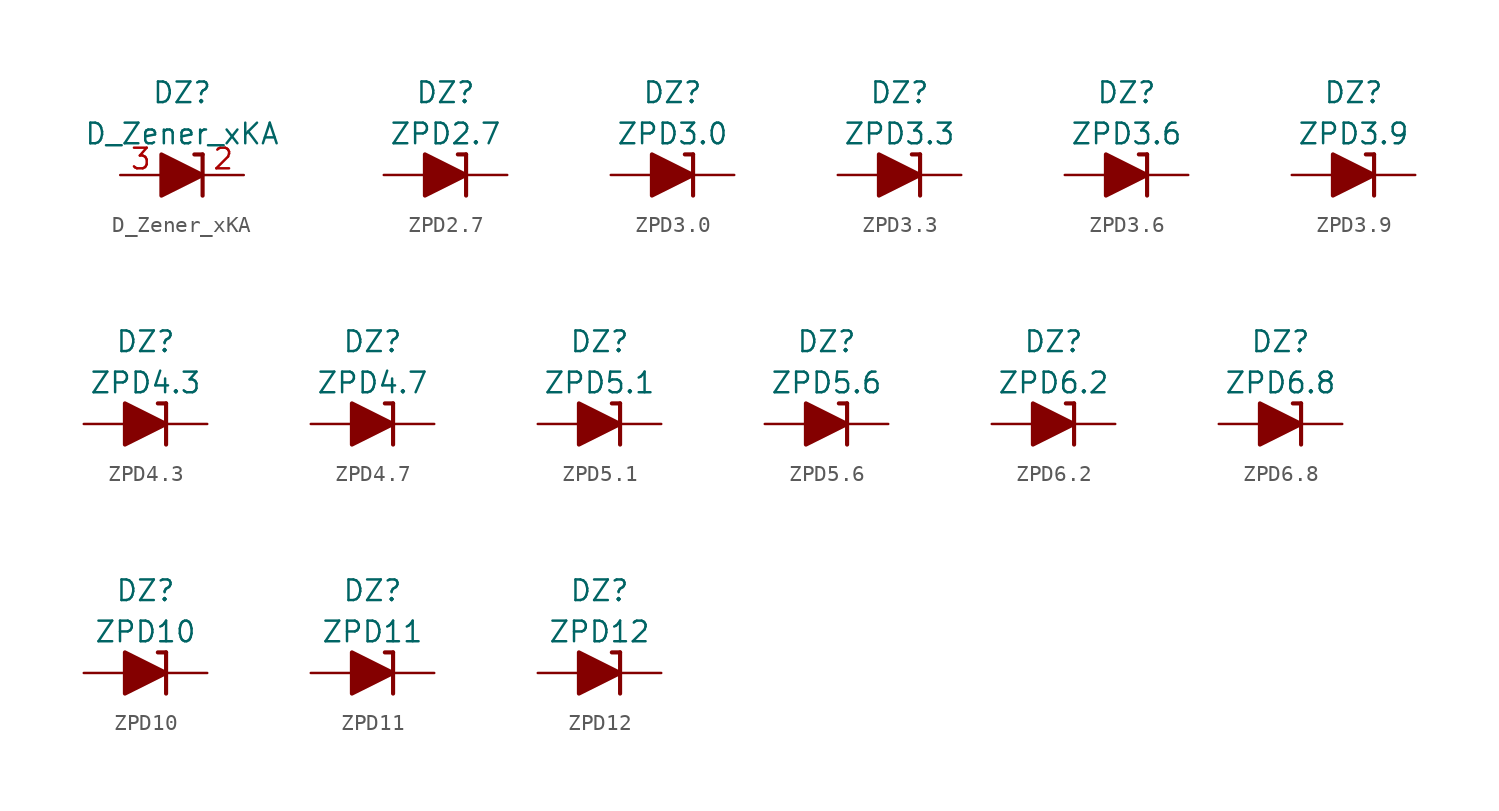
<source format=kicad_sym>
(kicad_symbol_lib
  (version 20211014)
  (generator kicad_symbol_editor)
  (symbol "D_Zener_xKA"
    (pin_names
      (offset 1.016) hide)
    (property "Reference" "DZ"
      (at 0 5.08 0)
      (effects (font (size 1.27 1.27))))
    (property "Value" "D_Zener_xKA"
      (at 0 2.54 0)
      (effects (font (size 1.27 1.27))))
    (symbol "D_Zener_xKA_0_1"
      (polyline (pts (xy -1.27 0) (xy 1.27 0)) (stroke (width 0) (type default) (color 0 0 0 0)) (fill (type none)))
      (polyline (pts (xy 1.27 -1.27) (xy 1.27 1.27)) (stroke (width 0.254) (type default) (color 0 0 0 0)) (fill (type none)))
      (polyline (pts (xy 1.27 1.27) (xy 0.762 1.27)) (stroke (width 0.254) (type default) (color 0 0 0 0)) (fill (type none)))
      (polyline (pts (xy -1.27 1.27) (xy -1.27 -1.27) (xy 1.27 0) (xy -1.27 1.27)) (stroke (width 0.254) (type default) (color 0 0 0 0)) (fill (type outline))))
    (symbol "D_Zener_xKA_1_1"
      (pin no_connect line (at 0 0 0) (length 2.54) hide (name "NC" (effects (font (size 1.27 1.27)))) (number "1" (effects (font (size 1.27 1.27)))))
      (pin passive line (at 3.81 0 180) (length 2.54) (name "K" (effects (font (size 1.27 1.27)))) (number "2" (effects (font (size 1.27 1.27)))))
      (pin passive line (at -3.81 0 0) (length 2.54) (name "A" (effects (font (size 1.27 1.27)))) (number "3" (effects (font (size 1.27 1.27)))))))
  (symbol "ZPD2.7"
    (pin_numbers hide)
    (pin_names
      (offset 1.016) hide)
    (property "Reference" "DZ"
      (at 0 5.08 0)
      (effects (font (size 1.27 1.27))))
    (property "Value" "ZPD2.7"
      (at 0 2.54 0)
      (effects (font (size 1.27 1.27))))
    (symbol "ZPD2.7_0_1"
      (polyline (pts (xy -1.27 0) (xy 1.27 0)) (stroke (width 0) (type default) (color 0 0 0 0)) (fill (type none)))
      (polyline (pts (xy 1.27 1.27) (xy 0.762 1.27)) (stroke (width 0.254) (type default) (color 0 0 0 0)) (fill (type none)))
      (polyline (pts (xy 1.27 1.27) (xy 1.27 -1.27)) (stroke (width 0.254) (type default) (color 0 0 0 0)) (fill (type none)))
      (polyline (pts (xy -1.27 -1.27) (xy -1.27 1.27) (xy 1.27 0) (xy -1.27 -1.27)) (stroke (width 0.254) (type default) (color 0 0 0 0)) (fill (type outline))))
    (symbol "ZPD2.7_1_1"
      (pin passive line (at 3.81 0 180) (length 2.54) (name "K" (effects (font (size 1.27 1.27)))) (number "1" (effects (font (size 1.27 1.27)))))
      (pin passive line (at -3.81 0 0) (length 2.54) (name "A" (effects (font (size 1.27 1.27)))) (number "2" (effects (font (size 1.27 1.27)))))))
  (symbol "ZPD3.0"
    (pin_numbers hide)
    (pin_names
      (offset 1.016) hide)
    (property "Reference" "DZ"
      (at 0 5.08 0)
      (effects (font (size 1.27 1.27))))
    (property "Value" "ZPD3.0"
      (at 0 2.54 0)
      (effects (font (size 1.27 1.27))))
    (symbol "ZPD3.0_0_1"
      (polyline (pts (xy -1.27 0) (xy 1.27 0)) (stroke (width 0) (type default) (color 0 0 0 0)) (fill (type none)))
      (polyline (pts (xy 1.27 1.27) (xy 0.762 1.27)) (stroke (width 0.254) (type default) (color 0 0 0 0)) (fill (type none)))
      (polyline (pts (xy 1.27 1.27) (xy 1.27 -1.27)) (stroke (width 0.254) (type default) (color 0 0 0 0)) (fill (type none)))
      (polyline (pts (xy -1.27 -1.27) (xy -1.27 1.27) (xy 1.27 0) (xy -1.27 -1.27)) (stroke (width 0.254) (type default) (color 0 0 0 0)) (fill (type outline))))
    (symbol "ZPD3.0_1_1"
      (pin passive line (at 3.81 0 180) (length 2.54) (name "K" (effects (font (size 1.27 1.27)))) (number "1" (effects (font (size 1.27 1.27)))))
      (pin passive line (at -3.81 0 0) (length 2.54) (name "A" (effects (font (size 1.27 1.27)))) (number "2" (effects (font (size 1.27 1.27)))))))
  (symbol "ZPD3.3"
    (pin_numbers hide)
    (pin_names
      (offset 1.016) hide)
    (property "Reference" "DZ"
      (at 0 5.08 0)
      (effects (font (size 1.27 1.27))))
    (property "Value" "ZPD3.3"
      (at 0 2.54 0)
      (effects (font (size 1.27 1.27))))
    (symbol "ZPD3.3_0_1"
      (polyline (pts (xy -1.27 0) (xy 1.27 0)) (stroke (width 0) (type default) (color 0 0 0 0)) (fill (type none)))
      (polyline (pts (xy 1.27 1.27) (xy 0.762 1.27)) (stroke (width 0.254) (type default) (color 0 0 0 0)) (fill (type none)))
      (polyline (pts (xy 1.27 1.27) (xy 1.27 -1.27)) (stroke (width 0.254) (type default) (color 0 0 0 0)) (fill (type none)))
      (polyline (pts (xy -1.27 -1.27) (xy -1.27 1.27) (xy 1.27 0) (xy -1.27 -1.27)) (stroke (width 0.254) (type default) (color 0 0 0 0)) (fill (type outline))))
    (symbol "ZPD3.3_1_1"
      (pin passive line (at 3.81 0 180) (length 2.54) (name "K" (effects (font (size 1.27 1.27)))) (number "1" (effects (font (size 1.27 1.27)))))
      (pin passive line (at -3.81 0 0) (length 2.54) (name "A" (effects (font (size 1.27 1.27)))) (number "2" (effects (font (size 1.27 1.27)))))))
  (symbol "ZPD3.6"
    (pin_numbers hide)
    (pin_names
      (offset 1.016) hide)
    (property "Reference" "DZ"
      (at 0 5.08 0)
      (effects (font (size 1.27 1.27))))
    (property "Value" "ZPD3.6"
      (at 0 2.54 0)
      (effects (font (size 1.27 1.27))))
    (symbol "ZPD3.6_0_1"
      (polyline (pts (xy -1.27 0) (xy 1.27 0)) (stroke (width 0) (type default) (color 0 0 0 0)) (fill (type none)))
      (polyline (pts (xy 1.27 1.27) (xy 0.762 1.27)) (stroke (width 0.254) (type default) (color 0 0 0 0)) (fill (type none)))
      (polyline (pts (xy 1.27 1.27) (xy 1.27 -1.27)) (stroke (width 0.254) (type default) (color 0 0 0 0)) (fill (type none)))
      (polyline (pts (xy -1.27 -1.27) (xy -1.27 1.27) (xy 1.27 0) (xy -1.27 -1.27)) (stroke (width 0.254) (type default) (color 0 0 0 0)) (fill (type outline))))
    (symbol "ZPD3.6_1_1"
      (pin passive line (at 3.81 0 180) (length 2.54) (name "K" (effects (font (size 1.27 1.27)))) (number "1" (effects (font (size 1.27 1.27)))))
      (pin passive line (at -3.81 0 0) (length 2.54) (name "A" (effects (font (size 1.27 1.27)))) (number "2" (effects (font (size 1.27 1.27)))))))
  (symbol "ZPD3.9"
    (pin_numbers hide)
    (pin_names
      (offset 1.016) hide)
    (property "Reference" "DZ"
      (at 0 5.08 0)
      (effects (font (size 1.27 1.27))))
    (property "Value" "ZPD3.9"
      (at 0 2.54 0)
      (effects (font (size 1.27 1.27))))
    (symbol "ZPD3.9_0_1"
      (polyline (pts (xy -1.27 0) (xy 1.27 0)) (stroke (width 0) (type default) (color 0 0 0 0)) (fill (type none)))
      (polyline (pts (xy 1.27 1.27) (xy 0.762 1.27)) (stroke (width 0.254) (type default) (color 0 0 0 0)) (fill (type none)))
      (polyline (pts (xy 1.27 1.27) (xy 1.27 -1.27)) (stroke (width 0.254) (type default) (color 0 0 0 0)) (fill (type none)))
      (polyline (pts (xy -1.27 -1.27) (xy -1.27 1.27) (xy 1.27 0) (xy -1.27 -1.27)) (stroke (width 0.254) (type default) (color 0 0 0 0)) (fill (type outline))))
    (symbol "ZPD3.9_1_1"
      (pin passive line (at 3.81 0 180) (length 2.54) (name "K" (effects (font (size 1.27 1.27)))) (number "1" (effects (font (size 1.27 1.27)))))
      (pin passive line (at -3.81 0 0) (length 2.54) (name "A" (effects (font (size 1.27 1.27)))) (number "2" (effects (font (size 1.27 1.27)))))))
  (symbol "ZPD4.3"
    (pin_numbers hide)
    (pin_names
      (offset 1.016) hide)
    (property "Reference" "DZ"
      (at 0 5.08 0)
      (effects (font (size 1.27 1.27))))
    (property "Value" "ZPD4.3"
      (at 0 2.54 0)
      (effects (font (size 1.27 1.27))))
    (symbol "ZPD4.3_0_1"
      (polyline (pts (xy -1.27 0) (xy 1.27 0)) (stroke (width 0) (type default) (color 0 0 0 0)) (fill (type none)))
      (polyline (pts (xy 1.27 1.27) (xy 0.762 1.27)) (stroke (width 0.254) (type default) (color 0 0 0 0)) (fill (type none)))
      (polyline (pts (xy 1.27 1.27) (xy 1.27 -1.27)) (stroke (width 0.254) (type default) (color 0 0 0 0)) (fill (type none)))
      (polyline (pts (xy -1.27 -1.27) (xy -1.27 1.27) (xy 1.27 0) (xy -1.27 -1.27)) (stroke (width 0.254) (type default) (color 0 0 0 0)) (fill (type outline))))
    (symbol "ZPD4.3_1_1"
      (pin passive line (at 3.81 0 180) (length 2.54) (name "K" (effects (font (size 1.27 1.27)))) (number "1" (effects (font (size 1.27 1.27)))))
      (pin passive line (at -3.81 0 0) (length 2.54) (name "A" (effects (font (size 1.27 1.27)))) (number "2" (effects (font (size 1.27 1.27)))))))
  (symbol "ZPD4.7"
    (pin_numbers hide)
    (pin_names
      (offset 1.016) hide)
    (property "Reference" "DZ"
      (at 0 5.08 0)
      (effects (font (size 1.27 1.27))))
    (property "Value" "ZPD4.7"
      (at 0 2.54 0)
      (effects (font (size 1.27 1.27))))
    (symbol "ZPD4.7_0_1"
      (polyline (pts (xy -1.27 0) (xy 1.27 0)) (stroke (width 0) (type default) (color 0 0 0 0)) (fill (type none)))
      (polyline (pts (xy 1.27 1.27) (xy 0.762 1.27)) (stroke (width 0.254) (type default) (color 0 0 0 0)) (fill (type none)))
      (polyline (pts (xy 1.27 1.27) (xy 1.27 -1.27)) (stroke (width 0.254) (type default) (color 0 0 0 0)) (fill (type none)))
      (polyline (pts (xy -1.27 -1.27) (xy -1.27 1.27) (xy 1.27 0) (xy -1.27 -1.27)) (stroke (width 0.254) (type default) (color 0 0 0 0)) (fill (type outline))))
    (symbol "ZPD4.7_1_1"
      (pin passive line (at 3.81 0 180) (length 2.54) (name "K" (effects (font (size 1.27 1.27)))) (number "1" (effects (font (size 1.27 1.27)))))
      (pin passive line (at -3.81 0 0) (length 2.54) (name "A" (effects (font (size 1.27 1.27)))) (number "2" (effects (font (size 1.27 1.27)))))))
  (symbol "ZPD5.1"
    (pin_numbers hide)
    (pin_names
      (offset 1.016) hide)
    (property "Reference" "DZ"
      (at 0 5.08 0)
      (effects (font (size 1.27 1.27))))
    (property "Value" "ZPD5.1"
      (at 0 2.54 0)
      (effects (font (size 1.27 1.27))))
    (symbol "ZPD5.1_0_1"
      (polyline (pts (xy -1.27 0) (xy 1.27 0)) (stroke (width 0) (type default) (color 0 0 0 0)) (fill (type none)))
      (polyline (pts (xy 1.27 1.27) (xy 0.762 1.27)) (stroke (width 0.254) (type default) (color 0 0 0 0)) (fill (type none)))
      (polyline (pts (xy 1.27 1.27) (xy 1.27 -1.27)) (stroke (width 0.254) (type default) (color 0 0 0 0)) (fill (type none)))
      (polyline (pts (xy -1.27 -1.27) (xy -1.27 1.27) (xy 1.27 0) (xy -1.27 -1.27)) (stroke (width 0.254) (type default) (color 0 0 0 0)) (fill (type outline))))
    (symbol "ZPD5.1_1_1"
      (pin passive line (at 3.81 0 180) (length 2.54) (name "K" (effects (font (size 1.27 1.27)))) (number "1" (effects (font (size 1.27 1.27)))))
      (pin passive line (at -3.81 0 0) (length 2.54) (name "A" (effects (font (size 1.27 1.27)))) (number "2" (effects (font (size 1.27 1.27)))))))
  (symbol "ZPD5.6"
    (pin_numbers hide)
    (pin_names
      (offset 1.016) hide)
    (property "Reference" "DZ"
      (at 0 5.08 0)
      (effects (font (size 1.27 1.27))))
    (property "Value" "ZPD5.6"
      (at 0 2.54 0)
      (effects (font (size 1.27 1.27))))
    (symbol "ZPD5.6_0_1"
      (polyline (pts (xy -1.27 0) (xy 1.27 0)) (stroke (width 0) (type default) (color 0 0 0 0)) (fill (type none)))
      (polyline (pts (xy 1.27 1.27) (xy 0.762 1.27)) (stroke (width 0.254) (type default) (color 0 0 0 0)) (fill (type none)))
      (polyline (pts (xy 1.27 1.27) (xy 1.27 -1.27)) (stroke (width 0.254) (type default) (color 0 0 0 0)) (fill (type none)))
      (polyline (pts (xy -1.27 -1.27) (xy -1.27 1.27) (xy 1.27 0) (xy -1.27 -1.27)) (stroke (width 0.254) (type default) (color 0 0 0 0)) (fill (type outline))))
    (symbol "ZPD5.6_1_1"
      (pin passive line (at 3.81 0 180) (length 2.54) (name "K" (effects (font (size 1.27 1.27)))) (number "1" (effects (font (size 1.27 1.27)))))
      (pin passive line (at -3.81 0 0) (length 2.54) (name "A" (effects (font (size 1.27 1.27)))) (number "2" (effects (font (size 1.27 1.27)))))))
  (symbol "ZPD6.2"
    (pin_numbers hide)
    (pin_names
      (offset 1.016) hide)
    (property "Reference" "DZ"
      (at 0 5.08 0)
      (effects (font (size 1.27 1.27))))
    (property "Value" "ZPD6.2"
      (at 0 2.54 0)
      (effects (font (size 1.27 1.27))))
    (symbol "ZPD6.2_0_1"
      (polyline (pts (xy -1.27 0) (xy 1.27 0)) (stroke (width 0) (type default) (color 0 0 0 0)) (fill (type none)))
      (polyline (pts (xy 1.27 1.27) (xy 0.762 1.27)) (stroke (width 0.254) (type default) (color 0 0 0 0)) (fill (type none)))
      (polyline (pts (xy 1.27 1.27) (xy 1.27 -1.27)) (stroke (width 0.254) (type default) (color 0 0 0 0)) (fill (type none)))
      (polyline (pts (xy -1.27 -1.27) (xy -1.27 1.27) (xy 1.27 0) (xy -1.27 -1.27)) (stroke (width 0.254) (type default) (color 0 0 0 0)) (fill (type outline))))
    (symbol "ZPD6.2_1_1"
      (pin passive line (at 3.81 0 180) (length 2.54) (name "K" (effects (font (size 1.27 1.27)))) (number "1" (effects (font (size 1.27 1.27)))))
      (pin passive line (at -3.81 0 0) (length 2.54) (name "A" (effects (font (size 1.27 1.27)))) (number "2" (effects (font (size 1.27 1.27)))))))
  (symbol "ZPD6.8"
    (pin_numbers hide)
    (pin_names
      (offset 1.016) hide)
    (property "Reference" "DZ"
      (at 0 5.08 0)
      (effects (font (size 1.27 1.27))))
    (property "Value" "ZPD6.8"
      (at 0 2.54 0)
      (effects (font (size 1.27 1.27))))
    (symbol "ZPD6.8_0_1"
      (polyline (pts (xy -1.27 0) (xy 1.27 0)) (stroke (width 0) (type default) (color 0 0 0 0)) (fill (type none)))
      (polyline (pts (xy 1.27 1.27) (xy 0.762 1.27)) (stroke (width 0.254) (type default) (color 0 0 0 0)) (fill (type none)))
      (polyline (pts (xy 1.27 1.27) (xy 1.27 -1.27)) (stroke (width 0.254) (type default) (color 0 0 0 0)) (fill (type none)))
      (polyline (pts (xy -1.27 -1.27) (xy -1.27 1.27) (xy 1.27 0) (xy -1.27 -1.27)) (stroke (width 0.254) (type default) (color 0 0 0 0)) (fill (type outline))))
    (symbol "ZPD6.8_1_1"
      (pin passive line (at 3.81 0 180) (length 2.54) (name "K" (effects (font (size 1.27 1.27)))) (number "1" (effects (font (size 1.27 1.27)))))
      (pin passive line (at -3.81 0 0) (length 2.54) (name "A" (effects (font (size 1.27 1.27)))) (number "2" (effects (font (size 1.27 1.27)))))))
  (symbol "ZPD10"
    (pin_numbers hide)
    (pin_names
      (offset 1.016) hide)
    (property "Reference" "DZ"
      (at 0 5.08 0)
      (effects (font (size 1.27 1.27))))
    (property "Value" "ZPD10"
      (at 0 2.54 0)
      (effects (font (size 1.27 1.27))))
    (symbol "ZPD10_0_1"
      (polyline (pts (xy -1.27 0) (xy 1.27 0)) (stroke (width 0) (type default) (color 0 0 0 0)) (fill (type none)))
      (polyline (pts (xy 1.27 1.27) (xy 0.762 1.27)) (stroke (width 0.254) (type default) (color 0 0 0 0)) (fill (type none)))
      (polyline (pts (xy 1.27 1.27) (xy 1.27 -1.27)) (stroke (width 0.254) (type default) (color 0 0 0 0)) (fill (type none)))
      (polyline (pts (xy -1.27 -1.27) (xy -1.27 1.27) (xy 1.27 0) (xy -1.27 -1.27)) (stroke (width 0.254) (type default) (color 0 0 0 0)) (fill (type outline))))
    (symbol "ZPD10_1_1"
      (pin passive line (at 3.81 0 180) (length 2.54) (name "K" (effects (font (size 1.27 1.27)))) (number "1" (effects (font (size 1.27 1.27)))))
      (pin passive line (at -3.81 0 0) (length 2.54) (name "A" (effects (font (size 1.27 1.27)))) (number "2" (effects (font (size 1.27 1.27)))))))
  (symbol "ZPD11"
    (pin_numbers hide)
    (pin_names
      (offset 1.016) hide)
    (property "Reference" "DZ"
      (at 0 5.08 0)
      (effects (font (size 1.27 1.27))))
    (property "Value" "ZPD11"
      (at 0 2.54 0)
      (effects (font (size 1.27 1.27))))
    (symbol "ZPD11_0_1"
      (polyline (pts (xy -1.27 0) (xy 1.27 0)) (stroke (width 0) (type default) (color 0 0 0 0)) (fill (type none)))
      (polyline (pts (xy 1.27 1.27) (xy 0.762 1.27)) (stroke (width 0.254) (type default) (color 0 0 0 0)) (fill (type none)))
      (polyline (pts (xy 1.27 1.27) (xy 1.27 -1.27)) (stroke (width 0.254) (type default) (color 0 0 0 0)) (fill (type none)))
      (polyline (pts (xy -1.27 -1.27) (xy -1.27 1.27) (xy 1.27 0) (xy -1.27 -1.27)) (stroke (width 0.254) (type default) (color 0 0 0 0)) (fill (type outline))))
    (symbol "ZPD11_1_1"
      (pin passive line (at 3.81 0 180) (length 2.54) (name "K" (effects (font (size 1.27 1.27)))) (number "1" (effects (font (size 1.27 1.27)))))
      (pin passive line (at -3.81 0 0) (length 2.54) (name "A" (effects (font (size 1.27 1.27)))) (number "2" (effects (font (size 1.27 1.27)))))))
  (symbol "ZPD12"
    (pin_numbers hide)
    (pin_names
      (offset 1.016) hide)
    (property "Reference" "DZ"
      (at 0 5.08 0)
      (effects (font (size 1.27 1.27))))
    (property "Value" "ZPD12"
      (at 0 2.54 0)
      (effects (font (size 1.27 1.27))))
    (symbol "ZPD12_0_1"
      (polyline (pts (xy -1.27 0) (xy 1.27 0)) (stroke (width 0) (type default) (color 0 0 0 0)) (fill (type none)))
      (polyline (pts (xy 1.27 1.27) (xy 0.762 1.27)) (stroke (width 0.254) (type default) (color 0 0 0 0)) (fill (type none)))
      (polyline (pts (xy 1.27 1.27) (xy 1.27 -1.27)) (stroke (width 0.254) (type default) (color 0 0 0 0)) (fill (type none)))
      (polyline (pts (xy -1.27 -1.27) (xy -1.27 1.27) (xy 1.27 0) (xy -1.27 -1.27)) (stroke (width 0.254) (type default) (color 0 0 0 0)) (fill (type outline))))
    (symbol "ZPD12_1_1"
      (pin passive line (at 3.81 0 180) (length 2.54) (name "K" (effects (font (size 1.27 1.27)))) (number "1" (effects (font (size 1.27 1.27)))))
      (pin passive line (at -3.81 0 0) (length 2.54) (name "A" (effects (font (size 1.27 1.27)))) (number "2" (effects (font (size 1.27 1.27))))))))
</source>
